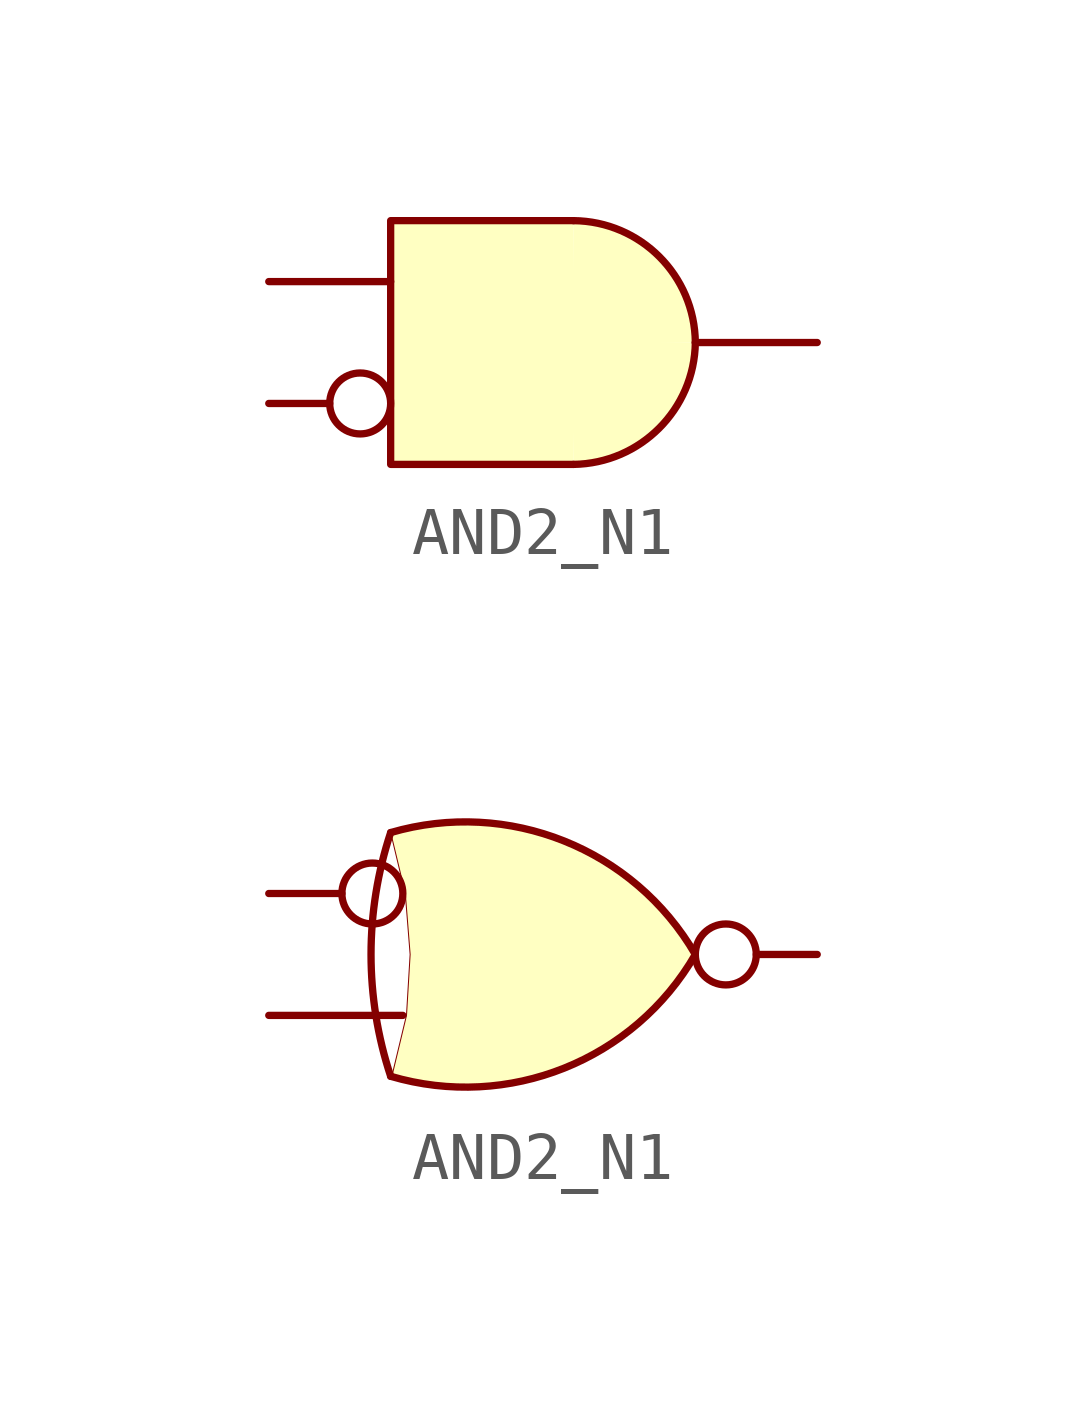
<source format=kicad_sym>
(kicad_symbol_lib
  (version 20211014)
  (generator kicad_symbol_editor)
  (symbol "AND2_N1"
    (property "Reference" "U"
      (at -3.81 -5.08 0)
      (effects (font (size 1.27 1.27)) hide))
    (symbol "AND2_N1_0_1"
      (polyline (pts (xy 3.81 -2.54) (xy 0 -2.54) (xy 0 2.54) (xy 3.81 2.54)) (stroke (width 0.152) (type default) (color 0 0 0 0)) (fill (type background)))
      (arc (start 3.81 -2.54) (mid 5.5957 -1.7857) (end 6.35 0) (stroke (width 0.1524) (type default) (color 0 0 0 0)) (fill (type background)))
      (arc (start 6.35 0) (mid 5.5994 1.7894) (end 3.81 2.54) (stroke (width 0.1524) (type default) (color 0 0 0 0)) (fill (type background))))
    (symbol "AND2_N1_0_2"
      (arc (start 0 -2.54) (mid 3.6151 -2.3702) (end 6.35 0) (stroke (width 0.1524) (type default) (color 0 0 0 0)) (fill (type background)))
      (polyline (pts (xy 1.027 -2.743) (xy 0.025 -2.54) (xy 0.33 -1.27) (xy 0.406 0) (xy 0.305 1.27) (xy 0 2.54) (xy 0.889 2.718)) (stroke (width 0.003) (type default) (color 0 0 0 0)) (fill (type background)))
      (arc (start 0 2.54) (mid -15.7777 0) (end 0 -2.54) (stroke (width 0.1524) (type default) (color 0 0 0 0)) (fill (type none)))
      (arc (start 6.35 0) (mid 3.6133 2.3657) (end 0 2.54) (stroke (width 0.1524) (type default) (color 0 0 0 0)) (fill (type background))))
    (symbol "AND2_N1_1_1"
      (pin input inverted (at -2.54 -1.27 0) (length 2.54) (name "" (effects (font (size 1.27 1.27)))) (number "" (effects (font (size 1.27 1.27)))))
      (pin input line (at -2.54 1.27 0) (length 2.54) (name "" (effects (font (size 1.27 1.27)))) (number "" (effects (font (size 1.27 1.27)))))
      (pin output line (at 8.89 0 180) (length 2.54) (name "" (effects (font (size 1.27 1.27)))) (number "" (effects (font (size 1.27 1.27))))))
    (symbol "AND2_N1_1_2"
      (pin input line (at -2.54 -1.27 0) (length 2.794) (name "" (effects (font (size 1.27 1.27)))) (number "" (effects (font (size 1.27 1.27)))))
      (pin input inverted (at -2.54 1.27 0) (length 2.794) (name "" (effects (font (size 1.27 1.27)))) (number "" (effects (font (size 1.27 1.27)))))
      (pin output inverted (at 8.89 0 180) (length 2.54) (name "" (effects (font (size 1.27 1.27)))) (number "" (effects (font (size 1.27 1.27))))))))
</source>
